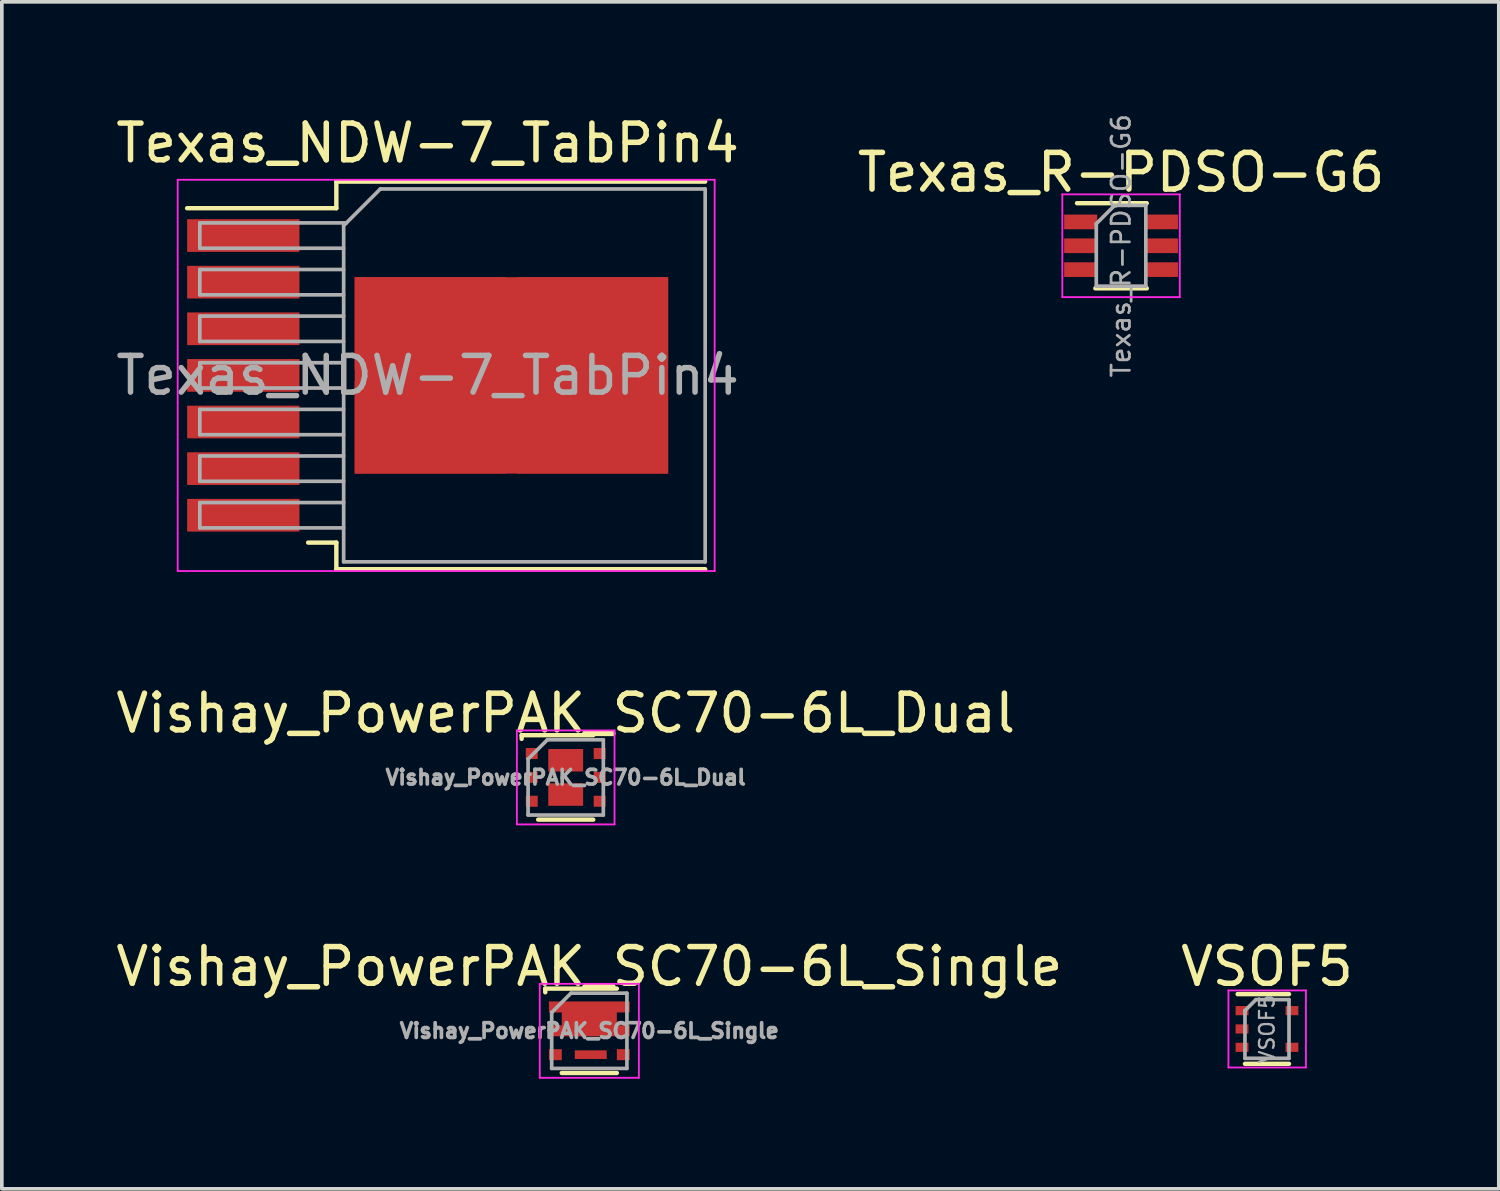
<source format=kicad_pcb>
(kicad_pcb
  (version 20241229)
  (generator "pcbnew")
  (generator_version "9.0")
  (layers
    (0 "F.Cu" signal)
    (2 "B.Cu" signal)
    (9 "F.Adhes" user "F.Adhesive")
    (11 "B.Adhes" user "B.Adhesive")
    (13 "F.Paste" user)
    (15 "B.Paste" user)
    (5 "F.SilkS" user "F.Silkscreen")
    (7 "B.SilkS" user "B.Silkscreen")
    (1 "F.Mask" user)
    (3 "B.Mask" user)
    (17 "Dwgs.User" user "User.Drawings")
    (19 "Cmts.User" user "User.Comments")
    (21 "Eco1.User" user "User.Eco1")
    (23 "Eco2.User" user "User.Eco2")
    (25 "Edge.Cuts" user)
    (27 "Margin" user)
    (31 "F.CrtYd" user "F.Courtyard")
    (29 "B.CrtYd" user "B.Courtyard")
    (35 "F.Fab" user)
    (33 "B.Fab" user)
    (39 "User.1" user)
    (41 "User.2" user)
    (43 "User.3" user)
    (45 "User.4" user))
  (footprint "Texas_NDW-7_TabPin4"
    (layer "F.Cu")
    (at 8.601 7.178)
    (property "Reference" "Texas_NDW-7_TabPin4" (at 0 -6.33 0) (layer "F.SilkS") (effects (font (size 1 1) (thickness 0.15))))
    (attr smd)
    (fp_line (start -2.487 -5.28) (end -2.487 -4.555) (stroke (width 0.12) (type solid)) (layer "F.SilkS"))
    (fp_line (start -2.487 -4.555) (end -6.553 -4.555) (stroke (width 0.12) (type solid)) (layer "F.SilkS"))
    (fp_line (start -2.487 4.555) (end -3.255 4.555) (stroke (width 0.12) (type solid)) (layer "F.SilkS"))
    (fp_line (start -2.487 5.28) (end -2.487 4.555) (stroke (width 0.12) (type solid)) (layer "F.SilkS"))
    (fp_line (start 7.562 -5.28) (end -2.487 -5.28) (stroke (width 0.12) (type solid)) (layer "F.SilkS"))
    (fp_line (start 7.562 5.28) (end -2.487 5.28) (stroke (width 0.12) (type solid)) (layer "F.SilkS"))
    (fp_line (start -6.81 -5.33) (end -6.81 5.33) (stroke (width 0.05) (type solid)) (layer "F.CrtYd"))
    (fp_line (start -6.81 5.33) (end 7.82 5.33) (stroke (width 0.05) (type solid)) (layer "F.CrtYd"))
    (fp_line (start 7.82 -5.33) (end -6.81 -5.33) (stroke (width 0.05) (type solid)) (layer "F.CrtYd"))
    (fp_line (start 7.82 5.33) (end 7.82 -5.33) (stroke (width 0.05) (type solid)) (layer "F.CrtYd"))
    (fp_line (start -6.207 -4.155) (end -6.207 -3.465) (stroke (width 0.1) (type solid)) (layer "F.Fab"))
    (fp_line (start -6.207 -3.465) (end -2.288 -3.465) (stroke (width 0.1) (type solid)) (layer "F.Fab"))
    (fp_line (start -6.207 -2.885) (end -6.207 -2.195) (stroke (width 0.1) (type solid)) (layer "F.Fab"))
    (fp_line (start -6.207 -2.195) (end -2.288 -2.195) (stroke (width 0.1) (type solid)) (layer "F.Fab"))
    (fp_line (start -6.207 -1.615) (end -6.207 -0.925) (stroke (width 0.1) (type solid)) (layer "F.Fab"))
    (fp_line (start -6.207 -0.925) (end -2.288 -0.925) (stroke (width 0.1) (type solid)) (layer "F.Fab"))
    (fp_line (start -6.207 -0.345) (end -6.207 0.345) (stroke (width 0.1) (type solid)) (layer "F.Fab"))
    (fp_line (start -6.207 0.345) (end -2.288 0.345) (stroke (width 0.1) (type solid)) (layer "F.Fab"))
    (fp_line (start -6.207 0.925) (end -6.207 1.615) (stroke (width 0.1) (type solid)) (layer "F.Fab"))
    (fp_line (start -6.207 1.615) (end -2.288 1.615) (stroke (width 0.1) (type solid)) (layer "F.Fab"))
    (fp_line (start -6.207 2.195) (end -6.207 2.885) (stroke (width 0.1) (type solid)) (layer "F.Fab"))
    (fp_line (start -6.207 2.885) (end -2.288 2.885) (stroke (width 0.1) (type solid)) (layer "F.Fab"))
    (fp_line (start -6.207 3.465) (end -6.207 4.155) (stroke (width 0.1) (type solid)) (layer "F.Fab"))
    (fp_line (start -6.207 4.155) (end -2.288 4.155) (stroke (width 0.1) (type solid)) (layer "F.Fab"))
    (fp_line (start -2.288 -4.08) (end -1.288 -5.08) (stroke (width 0.1) (type solid)) (layer "F.Fab"))
    (fp_line (start -2.288 -2.885) (end -6.207 -2.885) (stroke (width 0.1) (type solid)) (layer "F.Fab"))
    (fp_line (start -2.288 -1.615) (end -6.207 -1.615) (stroke (width 0.1) (type solid)) (layer "F.Fab"))
    (fp_line (start -2.288 -0.345) (end -6.207 -0.345) (stroke (width 0.1) (type solid)) (layer "F.Fab"))
    (fp_line (start -2.288 0.925) (end -6.207 0.925) (stroke (width 0.1) (type solid)) (layer "F.Fab"))
    (fp_line (start -2.288 2.195) (end -6.207 2.195) (stroke (width 0.1) (type solid)) (layer "F.Fab"))
    (fp_line (start -2.288 3.465) (end -6.207 3.465) (stroke (width 0.1) (type solid)) (layer "F.Fab"))
    (fp_line (start -2.288 5.08) (end -2.288 -4.08) (stroke (width 0.1) (type solid)) (layer "F.Fab"))
    (fp_line (start -2.212 -4.155) (end -6.207 -4.155) (stroke (width 0.1) (type solid)) (layer "F.Fab"))
    (fp_line (start -1.288 -5.08) (end 7.562 -5.08) (stroke (width 0.1) (type solid)) (layer "F.Fab"))
    (fp_line (start 7.562 -5.08) (end 7.562 5.08) (stroke (width 0.1) (type solid)) (layer "F.Fab"))
    (fp_line (start 7.562 5.08) (end -2.288 5.08) (stroke (width 0.1) (type solid)) (layer "F.Fab"))
    (fp_text user "${REFERENCE}" (at 0 0 0) (layer "F.Fab") (effects (font (size 1 1) (thickness 0.15))))
    (pad "1" smd rect (at -5.022 -3.81) (size 3.06 0.89) (layers "F.Cu" "F.Mask" "F.Paste"))
    (pad "2" smd rect (at -5.022 -2.54) (size 3.06 0.89) (layers "F.Cu" "F.Mask" "F.Paste"))
    (pad "3" smd rect (at -5.022 -1.27) (size 3.06 0.89) (layers "F.Cu" "F.Mask" "F.Paste"))
    (pad "4" smd rect (at -5.022 0) (size 3.06 0.89) (layers "F.Cu" "F.Mask" "F.Paste"))
    (pad "4" smd rect (at 0.072 -1.413) (size 4.12 2.525) (layers "F.Cu" "F.Paste"))
    (pad "4" smd rect (at 0.072 1.413) (size 4.12 2.525) (layers "F.Cu" "F.Paste"))
    (pad "4" smd rect (at 2.283 0) (size 8.54 5.35) (layers "F.Cu" "F.Mask"))
    (pad "4" smd rect (at 4.492 -1.413) (size 4.12 2.525) (layers "F.Cu" "F.Paste"))
    (pad "4" smd rect (at 4.492 1.413) (size 4.12 2.525) (layers "F.Cu" "F.Paste"))
    (pad "5" smd rect (at -5.022 1.27) (size 3.06 0.89) (layers "F.Cu" "F.Mask" "F.Paste"))
    (pad "6" smd rect (at -5.022 2.54) (size 3.06 0.89) (layers "F.Cu" "F.Mask" "F.Paste"))
    (pad "7" smd rect (at -5.022 3.81) (size 3.06 0.89) (layers "F.Cu" "F.Mask" "F.Paste")))
  (footprint "Texas_R-PDSO-G6"
    (layer "F.Cu")
    (at 27.494 3.646)
    (property "Reference" "Texas_R-PDSO-G6" (at 0 -2 0) (layer "F.SilkS") (effects (font (size 1 1) (thickness 0.15))))
    (attr smd)
    (fp_line (start -0.7 1.16) (end 0.7 1.16) (stroke (width 0.12) (type solid)) (layer "F.SilkS"))
    (fp_line (start 0.7 -1.16) (end -1.2 -1.16) (stroke (width 0.12) (type solid)) (layer "F.SilkS"))
    (fp_line (start -1.6 -1.4) (end -1.6 1.4) (stroke (width 0.05) (type solid)) (layer "F.CrtYd"))
    (fp_line (start -1.6 -1.4) (end 1.6 -1.4) (stroke (width 0.05) (type solid)) (layer "F.CrtYd"))
    (fp_line (start -1.6 1.4) (end 1.6 1.4) (stroke (width 0.05) (type solid)) (layer "F.CrtYd"))
    (fp_line (start 1.6 1.4) (end 1.6 -1.4) (stroke (width 0.05) (type solid)) (layer "F.CrtYd"))
    (fp_line (start -0.675 -0.6) (end -0.675 1.1) (stroke (width 0.1) (type solid)) (layer "F.Fab"))
    (fp_line (start -0.175 -1.1) (end -0.675 -0.6) (stroke (width 0.1) (type solid)) (layer "F.Fab"))
    (fp_line (start 0.675 -1.1) (end -0.175 -1.1) (stroke (width 0.1) (type solid)) (layer "F.Fab"))
    (fp_line (start 0.675 -1.1) (end 0.675 1.1) (stroke (width 0.1) (type solid)) (layer "F.Fab"))
    (fp_line (start 0.675 1.1) (end -0.675 1.1) (stroke (width 0.1) (type solid)) (layer "F.Fab"))
    (fp_text user "${REFERENCE}" (at 0 0 90) (layer "F.Fab") (effects (font (size 0.5 0.5) (thickness 0.075))))
    (pad "1" smd rect (at -1.1 -0.65) (size 0.9 0.4) (layers "F.Cu" "F.Mask" "F.Paste"))
    (pad "2" smd rect (at -1.1 0) (size 0.9 0.4) (layers "F.Cu" "F.Mask" "F.Paste"))
    (pad "3" smd rect (at -1.1 0.65) (size 0.9 0.4) (layers "F.Cu" "F.Mask" "F.Paste"))
    (pad "4" smd rect (at 1.1 0.65) (size 0.9 0.4) (layers "F.Cu" "F.Mask" "F.Paste"))
    (pad "5" smd rect (at 1.1 0) (size 0.9 0.4) (layers "F.Cu" "F.Mask" "F.Paste"))
    (pad "6" smd rect (at 1.1 -0.65) (size 0.9 0.4) (layers "F.Cu" "F.Mask" "F.Paste")))
  (footprint "Vishay_PowerPAK_SC70-6L_Dual"
    (layer "F.Cu")
    (at 12.363 18.131)
    (property "Reference" "Vishay_PowerPAK_SC70-6L_Dual" (at 0 -1.75 0) (layer "F.SilkS") (effects (font (size 1 1) (thickness 0.15))))
    (attr smd)
    (fp_line (start -1.2 -1.15) (end -1.2 -1.05) (stroke (width 0.12) (type solid)) (layer "F.SilkS"))
    (fp_line (start -1.2 -1.15) (end 0.75 -1.15) (stroke (width 0.12) (type solid)) (layer "F.SilkS"))
    (fp_line (start 0.75 1.15) (end -0.75 1.15) (stroke (width 0.12) (type solid)) (layer "F.SilkS"))
    (fp_line (start -1.33 -1.28) (end 1.33 -1.28) (stroke (width 0.05) (type solid)) (layer "F.CrtYd"))
    (fp_line (start -1.33 1.28) (end -1.33 -1.28) (stroke (width 0.05) (type solid)) (layer "F.CrtYd"))
    (fp_line (start 1.33 -1.28) (end 1.33 1.28) (stroke (width 0.05) (type solid)) (layer "F.CrtYd"))
    (fp_line (start 1.33 1.28) (end -1.33 1.28) (stroke (width 0.05) (type solid)) (layer "F.CrtYd"))
    (fp_line (start -1.025 -0.5) (end -0.5 -1.025) (stroke (width 0.1) (type solid)) (layer "F.Fab"))
    (fp_line (start -1.025 1.025) (end -1.025 -0.5) (stroke (width 0.1) (type solid)) (layer "F.Fab"))
    (fp_line (start -0.5 -1.025) (end 1.025 -1.025) (stroke (width 0.1) (type solid)) (layer "F.Fab"))
    (fp_line (start 1.025 -1.025) (end 1.025 1.025) (stroke (width 0.1) (type solid)) (layer "F.Fab"))
    (fp_line (start 1.025 1.025) (end -1.025 1.025) (stroke (width 0.1) (type solid)) (layer "F.Fab"))
    (fp_text user "${REFERENCE}" (at 0 0 0) (layer "F.Fab") (effects (font (size 0.4 0.4) (thickness 0.1))))
    (pad "1" smd rect (at -0.925 -0.65) (size 0.325 0.3) (layers "F.Cu" "F.Mask" "F.Paste"))
    (pad "2" smd rect (at -0.925 0) (size 0.325 0.3) (layers "F.Cu" "F.Mask" "F.Paste"))
    (pad "3" smd rect (at -0.925 0.65) (size 0.325 0.3) (layers "F.Cu" "F.Mask" "F.Paste"))
    (pad "3" smd rect (at 0 0.467) (size 0.95 0.613) (layers "F.Cu" "F.Mask" "F.Paste"))
    (pad "4" smd rect (at 0.925 0.65) (size 0.325 0.3) (layers "F.Cu" "F.Mask" "F.Paste"))
    (pad "5" smd rect (at 0.925 0) (size 0.325 0.3) (layers "F.Cu" "F.Mask" "F.Paste"))
    (pad "6" smd rect (at 0 -0.467) (size 0.95 0.613) (layers "F.Cu" "F.Mask" "F.Paste"))
    (pad "6" smd rect (at 0.925 -0.65) (size 0.325 0.3) (layers "F.Cu" "F.Mask" "F.Paste")))
  (footprint "VSOF5"
    (layer "F.Cu")
    (at 31.47 24.985)
    (property "Reference" "VSOF5" (at 0 -1.7 0) (layer "F.SilkS") (effects (font (size 1 1) (thickness 0.15))))
    (attr smd)
    (fp_line (start -0.8 -0.95) (end 0.6 -0.95) (stroke (width 0.12) (type solid)) (layer "F.SilkS"))
    (fp_line (start -0.6 0.95) (end 0.6 0.95) (stroke (width 0.12) (type solid)) (layer "F.SilkS"))
    (fp_line (start -1.05 -1.05) (end -1.05 1.05) (stroke (width 0.05) (type solid)) (layer "F.CrtYd"))
    (fp_line (start -1.05 -1.05) (end 1.06 -1.05) (stroke (width 0.05) (type solid)) (layer "F.CrtYd"))
    (fp_line (start 1.06 1.05) (end -1.05 1.05) (stroke (width 0.05) (type solid)) (layer "F.CrtYd"))
    (fp_line (start 1.06 1.05) (end 1.06 -1.05) (stroke (width 0.05) (type solid)) (layer "F.CrtYd"))
    (fp_line (start -0.6 -0.5) (end -0.3 -0.8) (stroke (width 0.1) (type solid)) (layer "F.Fab"))
    (fp_line (start -0.6 0.8) (end -0.6 -0.5) (stroke (width 0.1) (type solid)) (layer "F.Fab"))
    (fp_line (start -0.3 -0.8) (end 0.6 -0.8) (stroke (width 0.1) (type solid)) (layer "F.Fab"))
    (fp_line (start 0.6 -0.8) (end 0.6 0.8) (stroke (width 0.1) (type solid)) (layer "F.Fab"))
    (fp_line (start 0.6 0.8) (end -0.6 0.8) (stroke (width 0.1) (type solid)) (layer "F.Fab"))
    (fp_text user "${REFERENCE}" (at 0 0 90) (layer "F.Fab") (effects (font (size 0.4 0.4) (thickness 0.062))))
    (pad "1" smd rect (at -0.68 -0.5 270) (size 0.25 0.35) (layers "F.Cu" "F.Mask" "F.Paste"))
    (pad "2" smd rect (at -0.68 0 270) (size 0.25 0.35) (layers "F.Cu" "F.Mask" "F.Paste"))
    (pad "3" smd rect (at -0.68 0.5 270) (size 0.25 0.35) (layers "F.Cu" "F.Mask" "F.Paste"))
    (pad "4" smd rect (at 0.68 0.5 270) (size 0.25 0.35) (layers "F.Cu" "F.Mask" "F.Paste"))
    (pad "5" smd rect (at 0.68 -0.5 270) (size 0.25 0.35) (layers "F.Cu" "F.Mask" "F.Paste")))
  (footprint "Vishay_PowerPAK_SC70-6L_Single"
    (layer "F.Cu")
    (at 13.006 25.035)
    (property "Reference" "Vishay_PowerPAK_SC70-6L_Single" (at 0 -1.75 0) (layer "F.SilkS") (effects (font (size 1 1) (thickness 0.15))))
    (attr smd)
    (fp_line (start -1.2 -1.15) (end -1.2 -1.05) (stroke (width 0.12) (type solid)) (layer "F.SilkS"))
    (fp_line (start -1.2 -1.15) (end 0.75 -1.15) (stroke (width 0.12) (type solid)) (layer "F.SilkS"))
    (fp_line (start 0.75 1.15) (end -0.75 1.15) (stroke (width 0.12) (type solid)) (layer "F.SilkS"))
    (fp_line (start -1.35 -1.28) (end 1.35 -1.28) (stroke (width 0.05) (type solid)) (layer "F.CrtYd"))
    (fp_line (start -1.35 1.28) (end -1.35 -1.28) (stroke (width 0.05) (type solid)) (layer "F.CrtYd"))
    (fp_line (start 1.35 -1.28) (end 1.35 1.28) (stroke (width 0.05) (type solid)) (layer "F.CrtYd"))
    (fp_line (start 1.35 1.28) (end -1.35 1.28) (stroke (width 0.05) (type solid)) (layer "F.CrtYd"))
    (fp_line (start -1.025 -0.5) (end -0.5 -1.025) (stroke (width 0.1) (type solid)) (layer "F.Fab"))
    (fp_line (start -1.025 1.025) (end -1.025 -0.5) (stroke (width 0.1) (type solid)) (layer "F.Fab"))
    (fp_line (start -0.5 -1.025) (end 1.025 -1.025) (stroke (width 0.1) (type solid)) (layer "F.Fab"))
    (fp_line (start 1.025 -1.025) (end 1.025 1.025) (stroke (width 0.1) (type solid)) (layer "F.Fab"))
    (fp_line (start 1.025 1.025) (end -1.025 1.025) (stroke (width 0.1) (type solid)) (layer "F.Fab"))
    (fp_text user "${REFERENCE}" (at 0 0 0) (layer "F.Fab") (effects (font (size 0.4 0.4) (thickness 0.1))))
    (pad "" smd rect (at -0.35 -0.325) (size 0.6 0.8) (layers "F.Paste"))
    (pad "" smd rect (at 0.35 -0.325) (size 0.6 0.8) (layers "F.Paste"))
    (pad "1" smd custom (at 0 -0.325) (size 1.5 0.95) (layers "F.Cu" "F.Mask") (options (anchor rect)) (primitives (gr_poly (pts (xy 1.1 -0.175) (xy -1.1 -0.175) (xy -1.1 -0.475) (xy 1.1 -0.475)) (width 0) (fill yes)) (gr_poly (pts (xy 1.1 0.475) (xy -1.1 0.475) (xy -1.1 0.175) (xy 1.1 0.175)) (width 0) (fill yes))))
    (pad "3" smd rect (at -0.925 0.65) (size 0.35 0.3) (layers "F.Cu" "F.Mask" "F.Paste"))
    (pad "4" smd rect (at 0.04 0.65) (size 0.87 0.235) (layers "F.Cu" "F.Mask" "F.Paste"))
    (pad "4" smd rect (at 0.925 0.65) (size 0.35 0.3) (layers "F.Cu" "F.Mask" "F.Paste")))
  (gr_rect
    (start -3 -3)
    (end 37.786 29.34)
    (stroke (width 0.1) (type default))
    (fill no)
    (layer "Edge.Cuts")))
</source>
